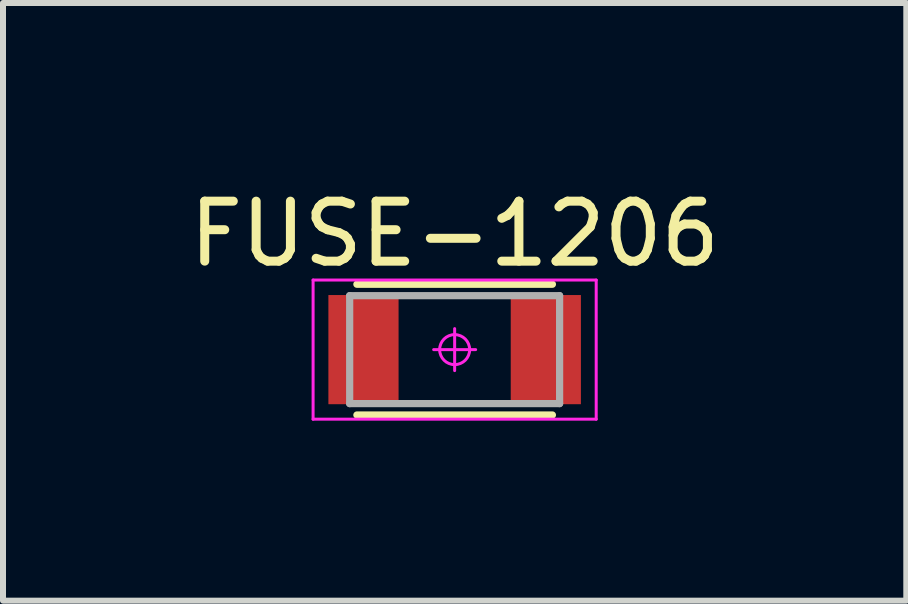
<source format=kicad_pcb>
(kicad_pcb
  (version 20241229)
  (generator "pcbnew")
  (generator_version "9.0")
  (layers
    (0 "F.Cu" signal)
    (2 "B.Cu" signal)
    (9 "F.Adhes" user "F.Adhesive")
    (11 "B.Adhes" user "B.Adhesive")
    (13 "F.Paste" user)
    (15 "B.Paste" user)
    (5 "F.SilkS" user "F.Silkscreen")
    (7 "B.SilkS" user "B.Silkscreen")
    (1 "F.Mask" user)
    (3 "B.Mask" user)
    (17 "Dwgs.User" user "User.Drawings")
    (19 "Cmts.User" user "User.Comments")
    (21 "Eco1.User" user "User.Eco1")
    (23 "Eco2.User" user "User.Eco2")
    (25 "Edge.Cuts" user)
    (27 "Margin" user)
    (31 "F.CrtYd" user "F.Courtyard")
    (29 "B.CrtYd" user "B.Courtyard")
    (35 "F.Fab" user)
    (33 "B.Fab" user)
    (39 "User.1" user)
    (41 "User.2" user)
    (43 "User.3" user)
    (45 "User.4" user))
  (footprint "FUSE-1206"
    (layer "F.Cu")
    (at 4.53 2.779)
    (property "Reference" "FUSE-1206" (at 0 -1.93 0) (layer "F.SilkS") (effects (font (size 1 1) (thickness 0.15))))
    (attr through_hole)
    (fp_line (start 1.63 -1.09) (end -1.63 -1.09) (stroke (width 0.12) (type solid)) (layer "F.SilkS"))
    (fp_line (start 1.63 1.09) (end -1.63 1.09) (stroke (width 0.12) (type solid)) (layer "F.SilkS"))
    (fp_line (start -2.36 -1.16) (end -2.36 1.16) (stroke (width 0.05) (type solid)) (layer "F.CrtYd"))
    (fp_line (start -2.36 1.16) (end 2.36 1.16) (stroke (width 0.05) (type solid)) (layer "F.CrtYd"))
    (fp_line (start 0 -0.35) (end 0 0.35) (stroke (width 0.05) (type solid)) (layer "F.CrtYd"))
    (fp_line (start 0.35 0) (end -0.35 0) (stroke (width 0.05) (type solid)) (layer "F.CrtYd"))
    (fp_line (start 2.36 -1.16) (end -2.36 -1.16) (stroke (width 0.05) (type solid)) (layer "F.CrtYd"))
    (fp_line (start 2.36 1.16) (end 2.36 -1.16) (stroke (width 0.05) (type solid)) (layer "F.CrtYd"))
    (fp_circle (center 0 0) (end -0.25 0) (stroke (width 0.05) (type solid)) (fill no) (layer "F.CrtYd"))
    (fp_line (start -1.75 -0.9) (end -1.75 0.9) (stroke (width 0.12) (type solid)) (layer "F.Fab"))
    (fp_line (start -1.75 0.9) (end 1.75 0.9) (stroke (width 0.12) (type solid)) (layer "F.Fab"))
    (fp_line (start 1.75 -0.9) (end -1.75 -0.9) (stroke (width 0.12) (type solid)) (layer "F.Fab"))
    (fp_line (start 1.75 0.9) (end 1.75 -0.9) (stroke (width 0.12) (type solid)) (layer "F.Fab"))
    (pad "1" smd rect (at -1.52 0 90) (size 1.82 1.17) (layers "F.Cu" "F.Mask" "F.Paste"))
    (pad "2" smd rect (at 1.52 0 90) (size 1.82 1.17) (layers "F.Cu" "F.Mask" "F.Paste")))
  (gr_rect
    (start -3 -3)
    (end 12.06 6.964)
    (stroke (width 0.1) (type default))
    (fill no)
    (layer "Edge.Cuts")))
</source>
